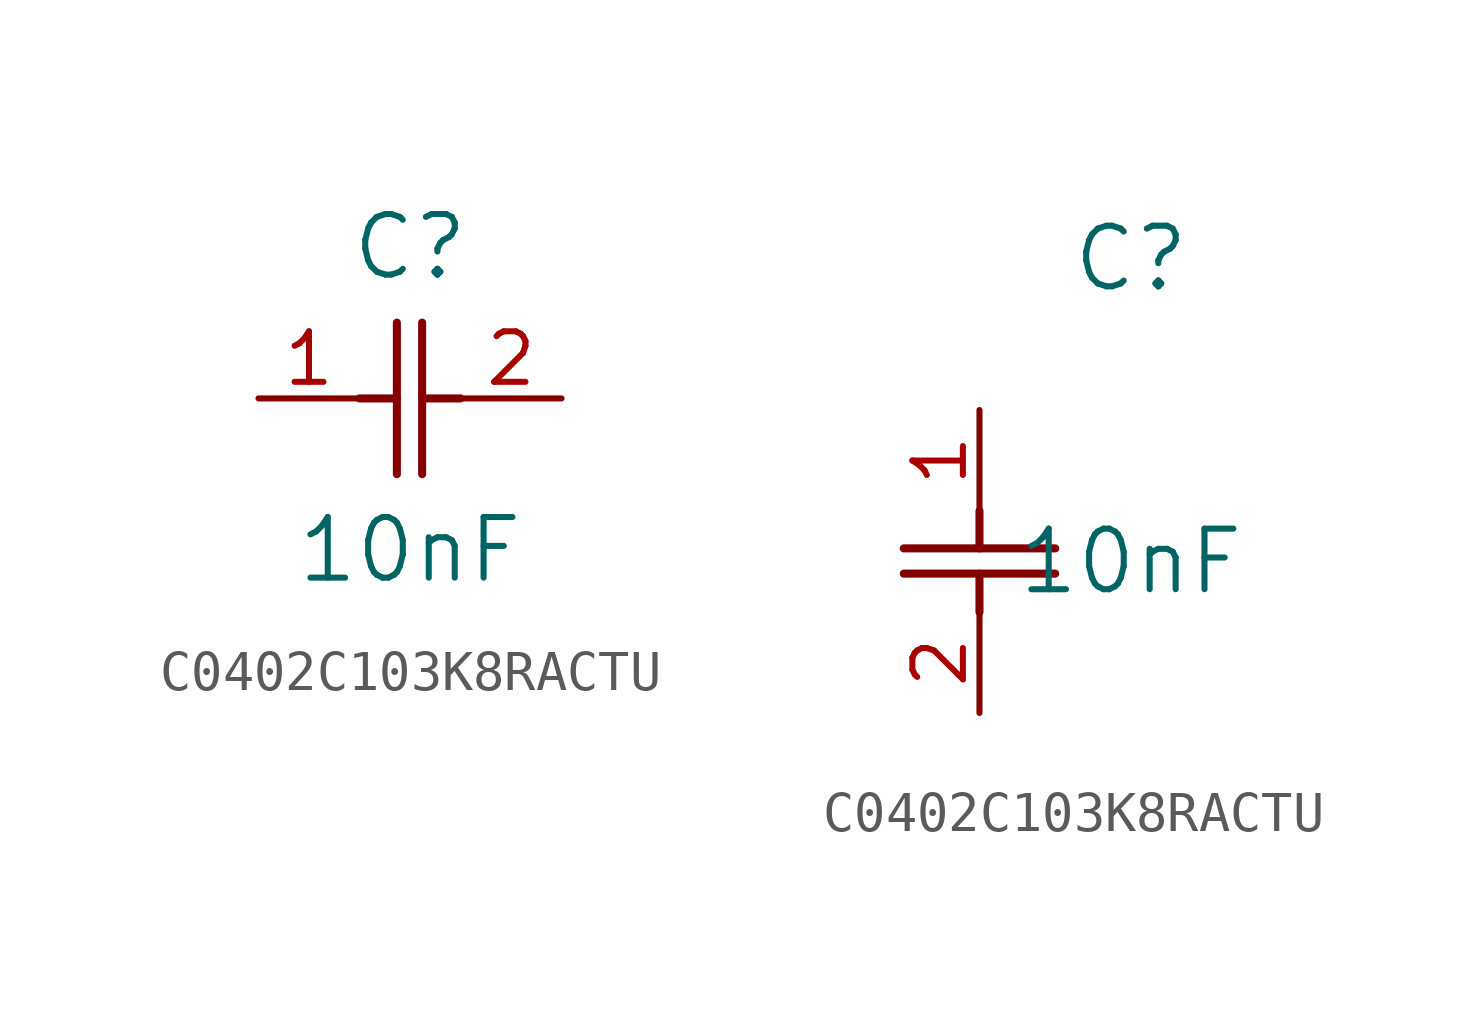
<source format=kicad_sym>
(kicad_symbol_lib
  (version 20220914)
  (generator kicad_symbol_editor)
  (symbol "C0402C103K8RACTU"
    (pin_names
      (offset 0.254))
    (property "Reference" "C"
      (at 3.81 3.81 0)
      (effects (font (size 1.524 1.524))))
    (property "Value" "10nF"
      (at 3.81 -3.81 0)
      (effects (font (size 1.524 1.524))))
    (symbol "C0402C103K8RACTU_1_1"
      (polyline (pts (xy 2.54 0) (xy 3.48 0)) (stroke (width 0.203) (type default)) (fill (type none)))
      (polyline (pts (xy 3.48 -1.905) (xy 3.48 1.905)) (stroke (width 0.203) (type default)) (fill (type none)))
      (polyline (pts (xy 4.115 -1.905) (xy 4.115 1.905)) (stroke (width 0.203) (type default)) (fill (type none)))
      (polyline (pts (xy 4.115 0) (xy 5.08 0)) (stroke (width 0.203) (type default)) (fill (type none)))
      (pin unspecified line (at 0 0 0) (length 2.54) (name "" (effects (font (size 1.27 1.27)))) (number "1" (effects (font (size 1.27 1.27)))))
      (pin unspecified line (at 7.62 0 180) (length 2.54) (name "" (effects (font (size 1.27 1.27)))) (number "2" (effects (font (size 1.27 1.27))))))
    (symbol "C0402C103K8RACTU_1_2"
      (polyline (pts (xy -1.905 -4.115) (xy 1.905 -4.115)) (stroke (width 0.203) (type default)) (fill (type none)))
      (polyline (pts (xy -1.905 -3.48) (xy 1.905 -3.48)) (stroke (width 0.203) (type default)) (fill (type none)))
      (polyline (pts (xy 0 -4.115) (xy 0 -5.08)) (stroke (width 0.203) (type default)) (fill (type none)))
      (polyline (pts (xy 0 -2.54) (xy 0 -3.48)) (stroke (width 0.203) (type default)) (fill (type none)))
      (pin unspecified line (at 0 0 270) (length 2.54) (name "" (effects (font (size 1.27 1.27)))) (number "1" (effects (font (size 1.27 1.27)))))
      (pin unspecified line (at 0 -7.62 90) (length 2.54) (name "" (effects (font (size 1.27 1.27)))) (number "2" (effects (font (size 1.27 1.27))))))))
</source>
